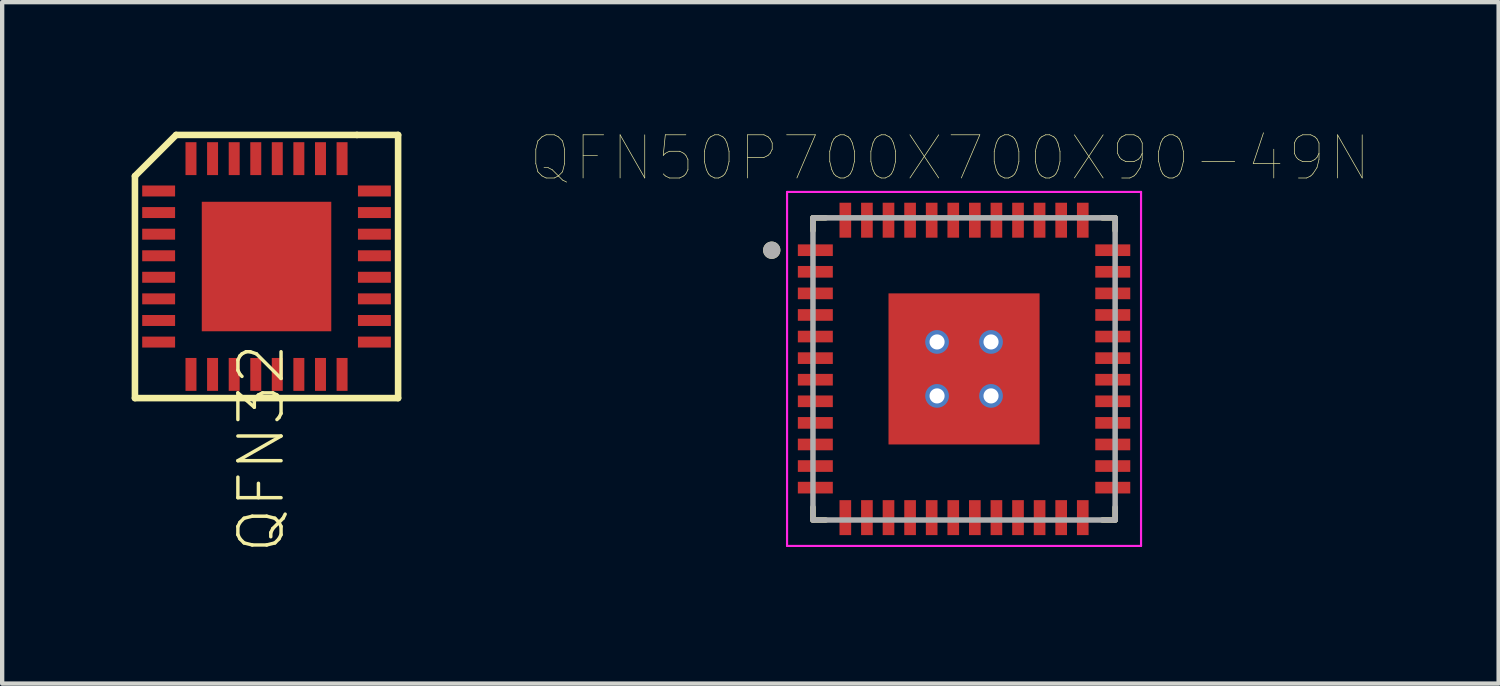
<source format=kicad_pcb>
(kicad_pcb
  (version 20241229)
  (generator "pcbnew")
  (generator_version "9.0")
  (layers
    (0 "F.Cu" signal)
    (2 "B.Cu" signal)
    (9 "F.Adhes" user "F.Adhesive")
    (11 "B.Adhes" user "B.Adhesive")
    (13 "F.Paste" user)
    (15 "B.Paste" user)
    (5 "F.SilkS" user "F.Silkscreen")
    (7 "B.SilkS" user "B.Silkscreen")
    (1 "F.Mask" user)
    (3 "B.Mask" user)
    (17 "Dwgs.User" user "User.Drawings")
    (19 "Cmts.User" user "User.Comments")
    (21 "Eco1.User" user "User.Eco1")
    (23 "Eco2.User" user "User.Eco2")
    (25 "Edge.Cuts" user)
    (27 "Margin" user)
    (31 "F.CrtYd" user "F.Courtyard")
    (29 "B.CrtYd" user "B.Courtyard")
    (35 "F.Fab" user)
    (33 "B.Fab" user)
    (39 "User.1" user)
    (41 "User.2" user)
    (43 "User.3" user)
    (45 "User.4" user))
  (footprint "QFN32"
    (placed yes)
    (layer "F.Cu")
    (at 3.124 3.124)
    (property "Reference" "QFN32" (at -0.122 4.212 270) (layer "F.SilkS") (effects (font (size 1 1) (thickness 0.08))))
    (attr smd)
    (fp_line (start -3.048 -2.095) (end -2.095 -3.048) (stroke (width 0.152) (type solid)) (layer "F.SilkS"))
    (fp_line (start -3.048 3.048) (end -3.048 -2.095) (stroke (width 0.152) (type solid)) (layer "F.SilkS"))
    (fp_line (start -2.095 -3.048) (end 2.095 -3.048) (stroke (width 0.152) (type solid)) (layer "F.SilkS"))
    (fp_line (start 2.095 -3.048) (end 3.048 -3.048) (stroke (width 0.152) (type solid)) (layer "F.SilkS"))
    (fp_line (start 3.048 -3.048) (end 3.048 3.048) (stroke (width 0.152) (type solid)) (layer "F.SilkS"))
    (fp_line (start 3.048 3.048) (end -3.048 3.048) (stroke (width 0.152) (type solid)) (layer "F.SilkS"))
    (pad "1" smd rect (at -2.499 -1.75 90) (size 0.254 0.762) (layers "F.Cu" "F.Mask" "F.Paste"))
    (pad "2" smd rect (at -2.499 -1.25 90) (size 0.254 0.762) (layers "F.Cu" "F.Mask" "F.Paste"))
    (pad "3" smd rect (at -2.499 -0.749 90) (size 0.254 0.762) (layers "F.Cu" "F.Mask" "F.Paste"))
    (pad "4" smd rect (at -2.499 -0.249 90) (size 0.254 0.762) (layers "F.Cu" "F.Mask" "F.Paste"))
    (pad "5" smd rect (at -2.499 0.249 90) (size 0.254 0.762) (layers "F.Cu" "F.Mask" "F.Paste"))
    (pad "6" smd rect (at -2.499 0.749 90) (size 0.254 0.762) (layers "F.Cu" "F.Mask" "F.Paste"))
    (pad "7" smd rect (at -2.499 1.25 90) (size 0.254 0.762) (layers "F.Cu" "F.Mask" "F.Paste"))
    (pad "8" smd rect (at -2.499 1.75 90) (size 0.254 0.762) (layers "F.Cu" "F.Mask" "F.Paste"))
    (pad "9" smd rect (at -1.75 2.499) (size 0.254 0.762) (layers "F.Cu" "F.Mask" "F.Paste"))
    (pad "10" smd rect (at -1.25 2.499) (size 0.254 0.762) (layers "F.Cu" "F.Mask" "F.Paste"))
    (pad "11" smd rect (at -0.749 2.499) (size 0.254 0.762) (layers "F.Cu" "F.Mask" "F.Paste"))
    (pad "12" smd rect (at -0.249 2.499) (size 0.254 0.762) (layers "F.Cu" "F.Mask" "F.Paste"))
    (pad "13" smd rect (at 0.249 2.499) (size 0.254 0.762) (layers "F.Cu" "F.Mask" "F.Paste"))
    (pad "14" smd rect (at 0.749 2.499) (size 0.254 0.762) (layers "F.Cu" "F.Mask" "F.Paste"))
    (pad "15" smd rect (at 1.25 2.499) (size 0.254 0.762) (layers "F.Cu" "F.Mask" "F.Paste"))
    (pad "16" smd rect (at 1.75 2.499) (size 0.254 0.762) (layers "F.Cu" "F.Mask" "F.Paste"))
    (pad "17" smd rect (at 2.499 1.75 90) (size 0.254 0.762) (layers "F.Cu" "F.Mask" "F.Paste"))
    (pad "18" smd rect (at 2.499 1.25 90) (size 0.254 0.762) (layers "F.Cu" "F.Mask" "F.Paste"))
    (pad "19" smd rect (at 2.499 0.749 90) (size 0.254 0.762) (layers "F.Cu" "F.Mask" "F.Paste"))
    (pad "20" smd rect (at 2.499 0.249 90) (size 0.254 0.762) (layers "F.Cu" "F.Mask" "F.Paste"))
    (pad "21" smd rect (at 2.499 -0.249 90) (size 0.254 0.762) (layers "F.Cu" "F.Mask" "F.Paste"))
    (pad "22" smd rect (at 2.499 -0.749 90) (size 0.254 0.762) (layers "F.Cu" "F.Mask" "F.Paste"))
    (pad "23" smd rect (at 2.499 -1.25 90) (size 0.254 0.762) (layers "F.Cu" "F.Mask" "F.Paste"))
    (pad "24" smd rect (at 2.499 -1.75 90) (size 0.254 0.762) (layers "F.Cu" "F.Mask" "F.Paste"))
    (pad "25" smd rect (at 1.75 -2.499) (size 0.254 0.762) (layers "F.Cu" "F.Mask" "F.Paste"))
    (pad "26" smd rect (at 1.25 -2.499) (size 0.254 0.762) (layers "F.Cu" "F.Mask" "F.Paste"))
    (pad "27" smd rect (at 0.749 -2.499) (size 0.254 0.762) (layers "F.Cu" "F.Mask" "F.Paste"))
    (pad "28" smd rect (at 0.249 -2.499) (size 0.254 0.762) (layers "F.Cu" "F.Mask" "F.Paste"))
    (pad "29" smd rect (at -0.249 -2.499) (size 0.254 0.762) (layers "F.Cu" "F.Mask" "F.Paste"))
    (pad "30" smd rect (at -0.749 -2.499) (size 0.254 0.762) (layers "F.Cu" "F.Mask" "F.Paste"))
    (pad "31" smd rect (at -1.25 -2.499) (size 0.254 0.762) (layers "F.Cu" "F.Mask" "F.Paste"))
    (pad "32" smd rect (at -1.75 -2.499) (size 0.254 0.762) (layers "F.Cu" "F.Mask" "F.Paste"))
    (pad "33" smd rect (at 0 0) (size 3 3) (layers "F.Cu" "F.Mask" "F.Paste")))
  (footprint "QFN50P700X700X90-49N"
    (layer "F.Cu")
    (at 19.282 5.496)
    (property "Reference" "QFN50P700X700X90-49N" (at -0.325 -4.885 0) (layer "F.SilkS") (effects (font (size 1 1) (thickness 0.015))))
    (attr exclude_from_pos_files exclude_from_bom)
    (fp_line (start -3.5 -3.5) (end -3.5 -3.205) (stroke (width 0.127) (type solid)) (layer "F.SilkS"))
    (fp_line (start -3.5 -3.5) (end -3.205 -3.5) (stroke (width 0.127) (type solid)) (layer "F.SilkS"))
    (fp_line (start -3.5 3.5) (end -3.5 3.205) (stroke (width 0.127) (type solid)) (layer "F.SilkS"))
    (fp_line (start -3.5 3.5) (end -3.205 3.5) (stroke (width 0.127) (type solid)) (layer "F.SilkS"))
    (fp_line (start 3.5 -3.5) (end 3.205 -3.5) (stroke (width 0.127) (type solid)) (layer "F.SilkS"))
    (fp_line (start 3.5 -3.5) (end 3.5 -3.205) (stroke (width 0.127) (type solid)) (layer "F.SilkS"))
    (fp_line (start 3.5 3.5) (end 3.205 3.5) (stroke (width 0.127) (type solid)) (layer "F.SilkS"))
    (fp_line (start 3.5 3.5) (end 3.5 3.205) (stroke (width 0.127) (type solid)) (layer "F.SilkS"))
    (fp_circle (center -4.455 -2.75) (end -4.355 -2.75) (stroke (width 0.2) (type solid)) (fill no) (layer "F.SilkS"))
    (fp_poly (pts (xy -1.125 -1.125) (xy -0.125 -1.125) (xy -0.125 -0.125) (xy -1.125 -0.125)) (stroke (width 0.01) (type solid)) (fill yes) (layer "F.Paste"))
    (fp_poly (pts (xy -1.125 0.125) (xy -0.125 0.125) (xy -0.125 1.125) (xy -1.125 1.125)) (stroke (width 0.01) (type solid)) (fill yes) (layer "F.Paste"))
    (fp_poly (pts (xy 0.125 -1.125) (xy 1.125 -1.125) (xy 1.125 -0.125) (xy 0.125 -0.125)) (stroke (width 0.01) (type solid)) (fill yes) (layer "F.Paste"))
    (fp_poly (pts (xy 0.125 0.125) (xy 1.125 0.125) (xy 1.125 1.125) (xy 0.125 1.125)) (stroke (width 0.01) (type solid)) (fill yes) (layer "F.Paste"))
    (fp_line (start -4.1 -4.1) (end 4.1 -4.1) (stroke (width 0.05) (type solid)) (layer "F.CrtYd"))
    (fp_line (start -4.1 4.1) (end -4.1 -4.1) (stroke (width 0.05) (type solid)) (layer "F.CrtYd"))
    (fp_line (start -4.1 4.1) (end 4.1 4.1) (stroke (width 0.05) (type solid)) (layer "F.CrtYd"))
    (fp_line (start 4.1 4.1) (end 4.1 -4.1) (stroke (width 0.05) (type solid)) (layer "F.CrtYd"))
    (fp_line (start -3.5 3.5) (end -3.5 -3.5) (stroke (width 0.127) (type solid)) (layer "F.Fab"))
    (fp_line (start 3.5 -3.5) (end -3.5 -3.5) (stroke (width 0.127) (type solid)) (layer "F.Fab"))
    (fp_line (start 3.5 3.5) (end -3.5 3.5) (stroke (width 0.127) (type solid)) (layer "F.Fab"))
    (fp_line (start 3.5 3.5) (end 3.5 -3.5) (stroke (width 0.127) (type solid)) (layer "F.Fab"))
    (fp_circle (center -4.455 -2.75) (end -4.355 -2.75) (stroke (width 0.2) (type solid)) (fill no) (layer "F.Fab"))
    (pad "1" smd rect (at -3.445 -2.75) (size 0.81 0.27) (layers "F.Cu" "F.Mask" "F.Paste"))
    (pad "2" smd rect (at -3.445 -2.25) (size 0.81 0.27) (layers "F.Cu" "F.Mask" "F.Paste"))
    (pad "3" smd rect (at -3.445 -1.75) (size 0.81 0.27) (layers "F.Cu" "F.Mask" "F.Paste"))
    (pad "4" smd rect (at -3.445 -1.25) (size 0.81 0.27) (layers "F.Cu" "F.Mask" "F.Paste"))
    (pad "5" smd rect (at -3.445 -0.75) (size 0.81 0.27) (layers "F.Cu" "F.Mask" "F.Paste"))
    (pad "6" smd rect (at -3.445 -0.25) (size 0.81 0.27) (layers "F.Cu" "F.Mask" "F.Paste"))
    (pad "7" smd rect (at -3.445 0.25) (size 0.81 0.27) (layers "F.Cu" "F.Mask" "F.Paste"))
    (pad "8" smd rect (at -3.445 0.75) (size 0.81 0.27) (layers "F.Cu" "F.Mask" "F.Paste"))
    (pad "9" smd rect (at -3.445 1.25) (size 0.81 0.27) (layers "F.Cu" "F.Mask" "F.Paste"))
    (pad "10" smd rect (at -3.445 1.75) (size 0.81 0.27) (layers "F.Cu" "F.Mask" "F.Paste"))
    (pad "11" smd rect (at -3.445 2.25) (size 0.81 0.27) (layers "F.Cu" "F.Mask" "F.Paste"))
    (pad "12" smd rect (at -3.445 2.75) (size 0.81 0.27) (layers "F.Cu" "F.Mask" "F.Paste"))
    (pad "13" smd rect (at -2.75 3.445) (size 0.27 0.81) (layers "F.Cu" "F.Mask" "F.Paste"))
    (pad "14" smd rect (at -2.25 3.445) (size 0.27 0.81) (layers "F.Cu" "F.Mask" "F.Paste"))
    (pad "15" smd rect (at -1.75 3.445) (size 0.27 0.81) (layers "F.Cu" "F.Mask" "F.Paste"))
    (pad "16" smd rect (at -1.25 3.445) (size 0.27 0.81) (layers "F.Cu" "F.Mask" "F.Paste"))
    (pad "17" smd rect (at -0.75 3.445) (size 0.27 0.81) (layers "F.Cu" "F.Mask" "F.Paste"))
    (pad "18" smd rect (at -0.25 3.445) (size 0.27 0.81) (layers "F.Cu" "F.Mask" "F.Paste"))
    (pad "19" smd rect (at 0.25 3.445) (size 0.27 0.81) (layers "F.Cu" "F.Mask" "F.Paste"))
    (pad "20" smd rect (at 0.75 3.445) (size 0.27 0.81) (layers "F.Cu" "F.Mask" "F.Paste"))
    (pad "21" smd rect (at 1.25 3.445) (size 0.27 0.81) (layers "F.Cu" "F.Mask" "F.Paste"))
    (pad "22" smd rect (at 1.75 3.445) (size 0.27 0.81) (layers "F.Cu" "F.Mask" "F.Paste"))
    (pad "23" smd rect (at 2.25 3.445) (size 0.27 0.81) (layers "F.Cu" "F.Mask" "F.Paste"))
    (pad "24" smd rect (at 2.75 3.445) (size 0.27 0.81) (layers "F.Cu" "F.Mask" "F.Paste"))
    (pad "25" smd rect (at 3.445 2.75) (size 0.81 0.27) (layers "F.Cu" "F.Mask" "F.Paste"))
    (pad "26" smd rect (at 3.445 2.25) (size 0.81 0.27) (layers "F.Cu" "F.Mask" "F.Paste"))
    (pad "27" smd rect (at 3.445 1.75) (size 0.81 0.27) (layers "F.Cu" "F.Mask" "F.Paste"))
    (pad "28" smd rect (at 3.445 1.25) (size 0.81 0.27) (layers "F.Cu" "F.Mask" "F.Paste"))
    (pad "29" smd rect (at 3.445 0.75) (size 0.81 0.27) (layers "F.Cu" "F.Mask" "F.Paste"))
    (pad "30" smd rect (at 3.445 0.25) (size 0.81 0.27) (layers "F.Cu" "F.Mask" "F.Paste"))
    (pad "31" smd rect (at 3.445 -0.25) (size 0.81 0.27) (layers "F.Cu" "F.Mask" "F.Paste"))
    (pad "32" smd rect (at 3.445 -0.75) (size 0.81 0.27) (layers "F.Cu" "F.Mask" "F.Paste"))
    (pad "33" smd rect (at 3.445 -1.25) (size 0.81 0.27) (layers "F.Cu" "F.Mask" "F.Paste"))
    (pad "34" smd rect (at 3.445 -1.75) (size 0.81 0.27) (layers "F.Cu" "F.Mask" "F.Paste"))
    (pad "35" smd rect (at 3.445 -2.25) (size 0.81 0.27) (layers "F.Cu" "F.Mask" "F.Paste"))
    (pad "36" smd rect (at 3.445 -2.75) (size 0.81 0.27) (layers "F.Cu" "F.Mask" "F.Paste"))
    (pad "37" smd rect (at 2.75 -3.445) (size 0.27 0.81) (layers "F.Cu" "F.Mask" "F.Paste"))
    (pad "38" smd rect (at 2.25 -3.445) (size 0.27 0.81) (layers "F.Cu" "F.Mask" "F.Paste"))
    (pad "39" smd rect (at 1.75 -3.445) (size 0.27 0.81) (layers "F.Cu" "F.Mask" "F.Paste"))
    (pad "40" smd rect (at 1.25 -3.445) (size 0.27 0.81) (layers "F.Cu" "F.Mask" "F.Paste"))
    (pad "41" smd rect (at 0.75 -3.445) (size 0.27 0.81) (layers "F.Cu" "F.Mask" "F.Paste"))
    (pad "42" smd rect (at 0.25 -3.445) (size 0.27 0.81) (layers "F.Cu" "F.Mask" "F.Paste"))
    (pad "43" smd rect (at -0.25 -3.445) (size 0.27 0.81) (layers "F.Cu" "F.Mask" "F.Paste"))
    (pad "44" smd rect (at -0.75 -3.445) (size 0.27 0.81) (layers "F.Cu" "F.Mask" "F.Paste"))
    (pad "45" smd rect (at -1.25 -3.445) (size 0.27 0.81) (layers "F.Cu" "F.Mask" "F.Paste"))
    (pad "46" smd rect (at -1.75 -3.445) (size 0.27 0.81) (layers "F.Cu" "F.Mask" "F.Paste"))
    (pad "47" smd rect (at -2.25 -3.445) (size 0.27 0.81) (layers "F.Cu" "F.Mask" "F.Paste"))
    (pad "48" smd rect (at -2.75 -3.445) (size 0.27 0.81) (layers "F.Cu" "F.Mask" "F.Paste"))
    (pad "49" smd rect (at 0 0) (size 3.5 3.5) (layers "F.Cu" "F.Mask"))
    (pad "50" thru_hole circle (at -0.625 -0.625) (size 0.55 0.55) (drill 0.35) (layers "*.Cu" "*.Mask"))
    (pad "51" thru_hole circle (at 0.625 -0.625) (size 0.55 0.55) (drill 0.35) (layers "*.Cu" "*.Mask"))
    (pad "52" thru_hole circle (at -0.625 0.625) (size 0.55 0.55) (drill 0.35) (layers "*.Cu" "*.Mask"))
    (pad "53" thru_hole circle (at 0.625 0.625) (size 0.55 0.55) (drill 0.35) (layers "*.Cu" "*.Mask")))
  (gr_rect
    (start -3 -3)
    (end 31.665 12.785)
    (stroke (width 0.1) (type default))
    (fill no)
    (layer "Edge.Cuts")))
</source>
